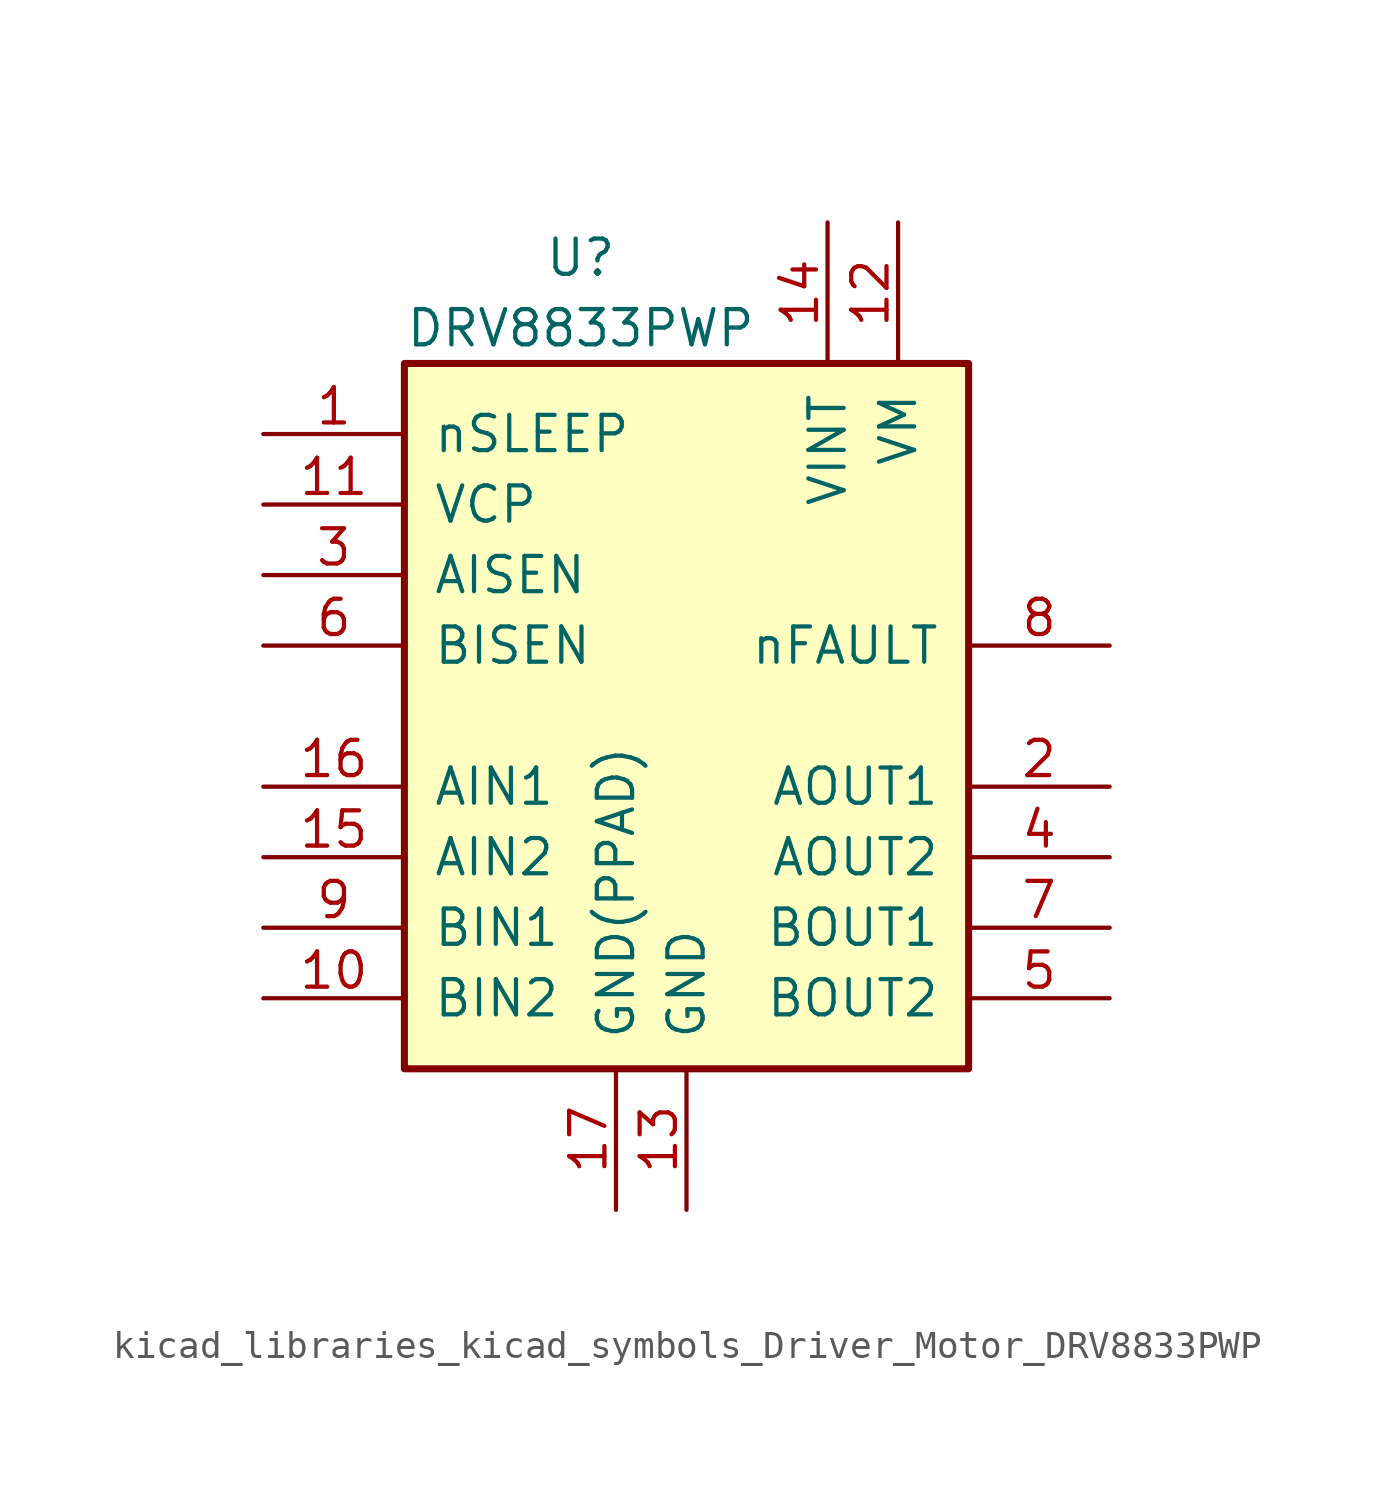
<source format=kicad_sym>
(kicad_symbol_lib
  (version 20220914)
  (generator kicad_symbol_editor)
  (symbol "kicad_libraries_kicad_symbols_Driver_Motor_DRV8833PWP"
    (pin_names
      (offset 1.016))
    (property "Reference" "U"
      (at -3.81 16.51 0)
      (effects (font (size 1.27 1.27))))
    (property "Value" "DRV8833PWP"
      (at -3.81 13.97 0)
      (effects (font (size 1.27 1.27))))
    (symbol "kicad_libraries_kicad_symbols_Driver_Motor_DRV8833PWP_0_1"
      (rectangle (start -10.16 12.7) (end 10.16 -12.7) (stroke (width 0.254) (type default)) (fill (type background))))
    (symbol "kicad_libraries_kicad_symbols_Driver_Motor_DRV8833PWP_1_1"
      (pin input line (at -15.24 10.16 0) (length 5.08) (name "nSLEEP" (effects (font (size 1.27 1.27)))) (number "1" (effects (font (size 1.27 1.27)))))
      (pin input line (at -15.24 -10.16 0) (length 5.08) (name "BIN2" (effects (font (size 1.27 1.27)))) (number "10" (effects (font (size 1.27 1.27)))))
      (pin bidirectional line (at -15.24 7.62 0) (length 5.08) (name "VCP" (effects (font (size 1.27 1.27)))) (number "11" (effects (font (size 1.27 1.27)))))
      (pin power_in line (at 7.62 17.78 270) (length 5.08) (name "VM" (effects (font (size 1.27 1.27)))) (number "12" (effects (font (size 1.27 1.27)))))
      (pin power_in line (at 0 -17.78 90) (length 5.08) (name "GND" (effects (font (size 1.27 1.27)))) (number "13" (effects (font (size 1.27 1.27)))))
      (pin power_in line (at 5.08 17.78 270) (length 5.08) (name "VINT" (effects (font (size 1.27 1.27)))) (number "14" (effects (font (size 1.27 1.27)))))
      (pin input line (at -15.24 -5.08 0) (length 5.08) (name "AIN2" (effects (font (size 1.27 1.27)))) (number "15" (effects (font (size 1.27 1.27)))))
      (pin input line (at -15.24 -2.54 0) (length 5.08) (name "AIN1" (effects (font (size 1.27 1.27)))) (number "16" (effects (font (size 1.27 1.27)))))
      (pin power_in line (at -2.54 -17.78 90) (length 5.08) (name "GND(PPAD)" (effects (font (size 1.27 1.27)))) (number "17" (effects (font (size 1.27 1.27)))))
      (pin power_out line (at 15.24 -2.54 180) (length 5.08) (name "AOUT1" (effects (font (size 1.27 1.27)))) (number "2" (effects (font (size 1.27 1.27)))))
      (pin bidirectional line (at -15.24 5.08 0) (length 5.08) (name "AISEN" (effects (font (size 1.27 1.27)))) (number "3" (effects (font (size 1.27 1.27)))))
      (pin power_out line (at 15.24 -5.08 180) (length 5.08) (name "AOUT2" (effects (font (size 1.27 1.27)))) (number "4" (effects (font (size 1.27 1.27)))))
      (pin power_out line (at 15.24 -10.16 180) (length 5.08) (name "BOUT2" (effects (font (size 1.27 1.27)))) (number "5" (effects (font (size 1.27 1.27)))))
      (pin bidirectional line (at -15.24 2.54 0) (length 5.08) (name "BISEN" (effects (font (size 1.27 1.27)))) (number "6" (effects (font (size 1.27 1.27)))))
      (pin power_out line (at 15.24 -7.62 180) (length 5.08) (name "BOUT1" (effects (font (size 1.27 1.27)))) (number "7" (effects (font (size 1.27 1.27)))))
      (pin open_collector line (at 15.24 2.54 180) (length 5.08) (name "nFAULT" (effects (font (size 1.27 1.27)))) (number "8" (effects (font (size 1.27 1.27)))))
      (pin input line (at -15.24 -7.62 0) (length 5.08) (name "BIN1" (effects (font (size 1.27 1.27)))) (number "9" (effects (font (size 1.27 1.27))))))))
</source>
